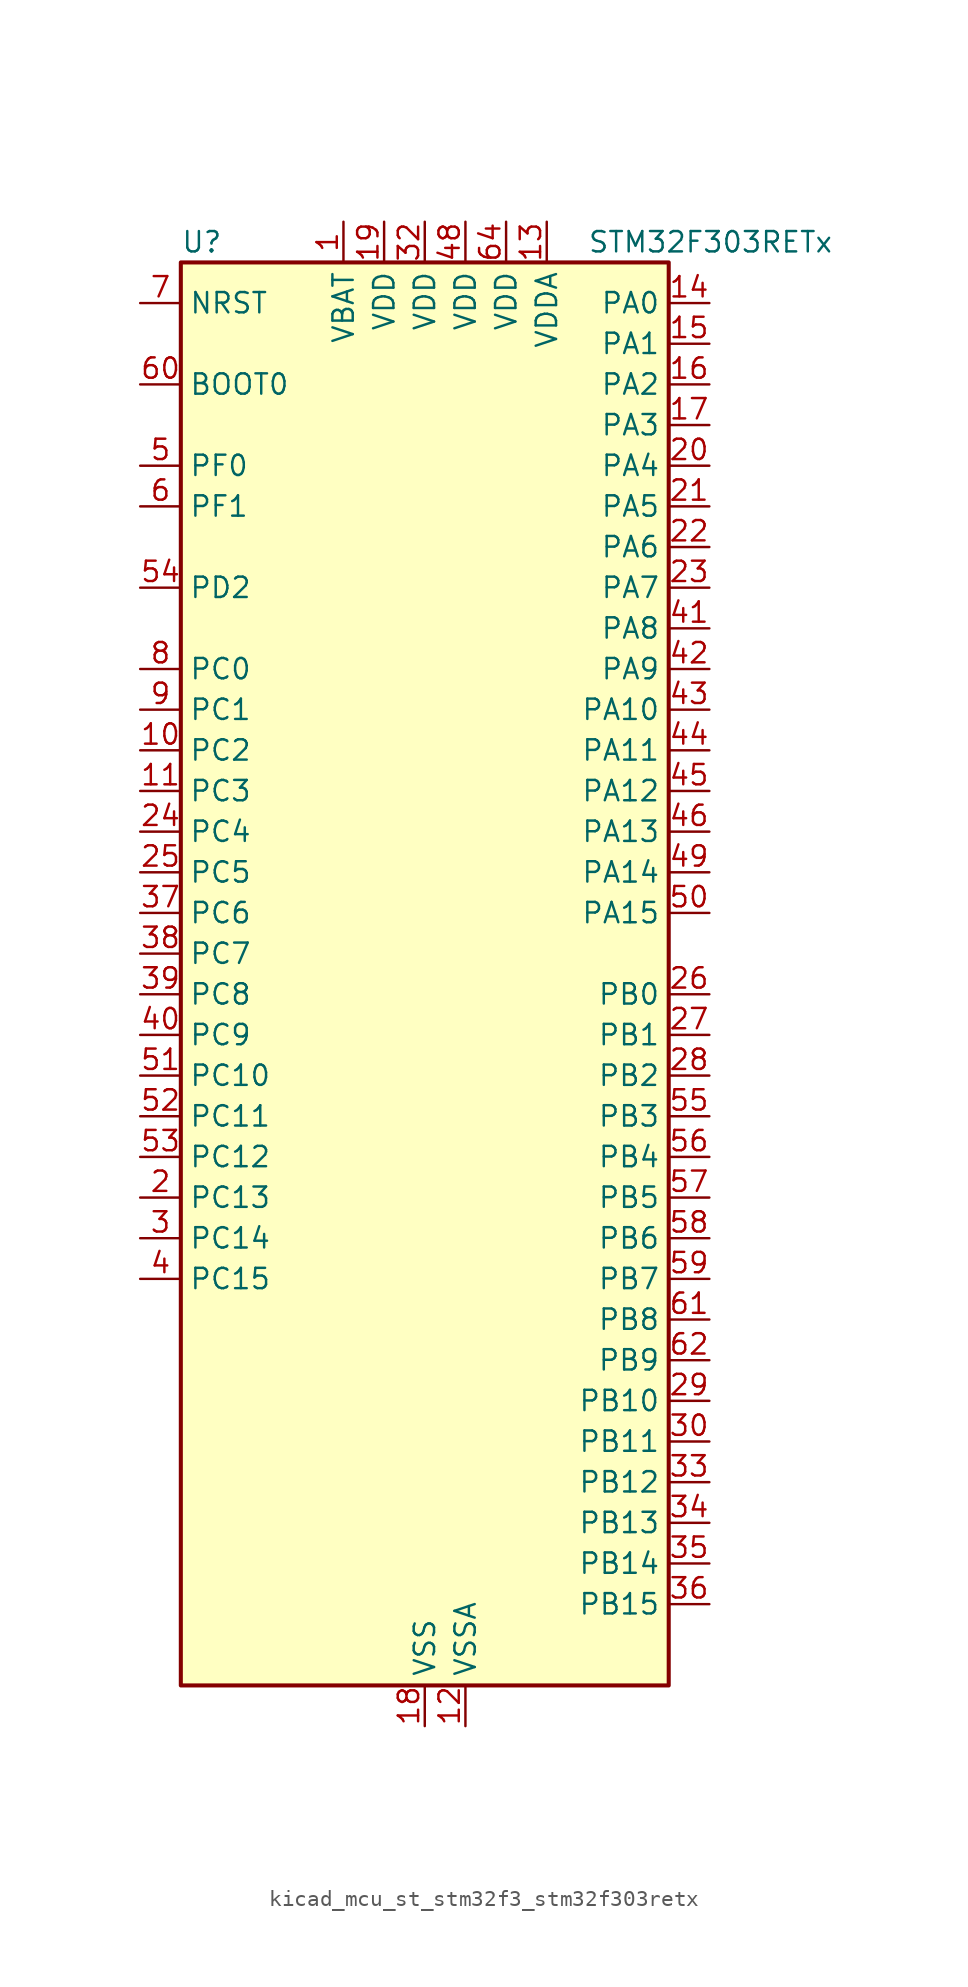
<source format=kicad_sym>
(kicad_symbol_lib
  (version 20220914)
  (generator kicad_symbol_editor)
  (symbol "kicad_mcu_st_stm32f3_stm32f303retx"
    (property "Reference" "U"
      (at -15.24 46.99 0)
      (effects (font (size 1.27 1.27)) (justify left)))
    (property "Value" "STM32F303RETx"
      (at 10.16 46.99 0)
      (effects (font (size 1.27 1.27)) (justify left)))
    (property "ki_locked" ""
      (at 0 0 0)
      (effects (font (size 1.27 1.27))))
    (symbol "kicad_mcu_st_stm32f3_stm32f303retx_0_1"
      (rectangle (start -15.24 -43.18) (end 15.24 45.72) (stroke (width 0.254) (type default)) (fill (type background))))
    (symbol "kicad_mcu_st_stm32f3_stm32f303retx_1_1"
      (pin power_in line (at -5.08 48.26 270) (length 2.54) (name "VBAT" (effects (font (size 1.27 1.27)))) (number "1" (effects (font (size 1.27 1.27)))))
      (pin bidirectional line (at -17.78 15.24 0) (length 2.54) (name "PC2" (effects (font (size 1.27 1.27)))) (number "10" (effects (font (size 1.27 1.27)))) (alternate "ADC1_IN8" bidirectional line) (alternate "ADC2_IN8" bidirectional line) (alternate "ADC3_EXTI2" bidirectional line) (alternate "ADC4_EXTI2" bidirectional line) (alternate "COMP7_OUT" bidirectional line) (alternate "TIM1_CH3" bidirectional line))
      (pin bidirectional line (at -17.78 12.7 0) (length 2.54) (name "PC3" (effects (font (size 1.27 1.27)))) (number "11" (effects (font (size 1.27 1.27)))) (alternate "ADC1_IN9" bidirectional line) (alternate "ADC2_IN9" bidirectional line) (alternate "TIM1_BKIN2" bidirectional line) (alternate "TIM1_CH4" bidirectional line))
      (pin power_in line (at 2.54 -45.72 90) (length 2.54) (name "VSSA" (effects (font (size 1.27 1.27)))) (number "12" (effects (font (size 1.27 1.27)))))
      (pin power_in line (at 7.62 48.26 270) (length 2.54) (name "VDDA" (effects (font (size 1.27 1.27)))) (number "13" (effects (font (size 1.27 1.27)))))
      (pin bidirectional line (at 17.78 43.18 180) (length 2.54) (name "PA0" (effects (font (size 1.27 1.27)))) (number "14" (effects (font (size 1.27 1.27)))) (alternate "ADC1_IN1" bidirectional line) (alternate "COMP1_INM" bidirectional line) (alternate "COMP1_OUT" bidirectional line) (alternate "RTC_TAMP2" bidirectional line) (alternate "SYS_WKUP1" bidirectional line) (alternate "TIM2_CH1" bidirectional line) (alternate "TIM2_ETR" bidirectional line) (alternate "TIM8_BKIN" bidirectional line) (alternate "TIM8_ETR" bidirectional line) (alternate "TSC_G1_IO1" bidirectional line) (alternate "USART2_CTS" bidirectional line))
      (pin bidirectional line (at 17.78 40.64 180) (length 2.54) (name "PA1" (effects (font (size 1.27 1.27)))) (number "15" (effects (font (size 1.27 1.27)))) (alternate "ADC1_IN2" bidirectional line) (alternate "COMP1_INP" bidirectional line) (alternate "OPAMP1_VINP" bidirectional line) (alternate "OPAMP1_VINP_SEC" bidirectional line) (alternate "OPAMP3_VINP" bidirectional line) (alternate "OPAMP3_VINP_SEC" bidirectional line) (alternate "RTC_REFIN" bidirectional line) (alternate "TIM15_CH1N" bidirectional line) (alternate "TIM2_CH2" bidirectional line) (alternate "TSC_G1_IO2" bidirectional line) (alternate "USART2_DE" bidirectional line) (alternate "USART2_RTS" bidirectional line))
      (pin bidirectional line (at 17.78 38.1 180) (length 2.54) (name "PA2" (effects (font (size 1.27 1.27)))) (number "16" (effects (font (size 1.27 1.27)))) (alternate "ADC1_IN3" bidirectional line) (alternate "ADC3_EXTI2" bidirectional line) (alternate "ADC4_EXTI2" bidirectional line) (alternate "COMP2_INM" bidirectional line) (alternate "COMP2_OUT" bidirectional line) (alternate "OPAMP1_VOUT" bidirectional line) (alternate "TIM15_CH1" bidirectional line) (alternate "TIM2_CH3" bidirectional line) (alternate "TSC_G1_IO3" bidirectional line) (alternate "USART2_TX" bidirectional line))
      (pin bidirectional line (at 17.78 35.56 180) (length 2.54) (name "PA3" (effects (font (size 1.27 1.27)))) (number "17" (effects (font (size 1.27 1.27)))) (alternate "ADC1_IN4" bidirectional line) (alternate "OPAMP1_VINM" bidirectional line) (alternate "OPAMP1_VINM_SEC" bidirectional line) (alternate "OPAMP1_VINP" bidirectional line) (alternate "OPAMP1_VINP_SEC" bidirectional line) (alternate "TIM15_CH2" bidirectional line) (alternate "TIM2_CH4" bidirectional line) (alternate "TSC_G1_IO4" bidirectional line) (alternate "USART2_RX" bidirectional line))
      (pin power_in line (at 0 -45.72 90) (length 2.54) (name "VSS" (effects (font (size 1.27 1.27)))) (number "18" (effects (font (size 1.27 1.27)))))
      (pin power_in line (at -2.54 48.26 270) (length 2.54) (name "VDD" (effects (font (size 1.27 1.27)))) (number "19" (effects (font (size 1.27 1.27)))))
      (pin bidirectional line (at -17.78 -12.7 0) (length 2.54) (name "PC13" (effects (font (size 1.27 1.27)))) (number "2" (effects (font (size 1.27 1.27)))) (alternate "RTC_OUT_ALARM" bidirectional line) (alternate "RTC_OUT_CALIB" bidirectional line) (alternate "RTC_TAMP1" bidirectional line) (alternate "RTC_TS" bidirectional line) (alternate "SYS_WKUP2" bidirectional line) (alternate "TIM1_CH1N" bidirectional line))
      (pin bidirectional line (at 17.78 33.02 180) (length 2.54) (name "PA4" (effects (font (size 1.27 1.27)))) (number "20" (effects (font (size 1.27 1.27)))) (alternate "ADC2_IN1" bidirectional line) (alternate "COMP1_INM" bidirectional line) (alternate "COMP2_INM" bidirectional line) (alternate "COMP3_INM" bidirectional line) (alternate "COMP4_INM" bidirectional line) (alternate "COMP5_INM" bidirectional line) (alternate "COMP6_INM" bidirectional line) (alternate "COMP7_INM" bidirectional line) (alternate "DAC1_OUT1" bidirectional line) (alternate "I2S3_WS" bidirectional line) (alternate "OPAMP4_VINP" bidirectional line) (alternate "OPAMP4_VINP_SEC" bidirectional line) (alternate "SPI1_NSS" bidirectional line) (alternate "SPI3_NSS" bidirectional line) (alternate "TIM3_CH2" bidirectional line) (alternate "TSC_G2_IO1" bidirectional line) (alternate "USART2_CK" bidirectional line))
      (pin bidirectional line (at 17.78 30.48 180) (length 2.54) (name "PA5" (effects (font (size 1.27 1.27)))) (number "21" (effects (font (size 1.27 1.27)))) (alternate "ADC2_IN2" bidirectional line) (alternate "COMP1_INM" bidirectional line) (alternate "COMP2_INM" bidirectional line) (alternate "COMP3_INM" bidirectional line) (alternate "COMP4_INM" bidirectional line) (alternate "COMP5_INM" bidirectional line) (alternate "COMP6_INM" bidirectional line) (alternate "COMP7_INM" bidirectional line) (alternate "DAC1_OUT2" bidirectional line) (alternate "OPAMP1_VINP" bidirectional line) (alternate "OPAMP1_VINP_SEC" bidirectional line) (alternate "OPAMP2_VINM" bidirectional line) (alternate "OPAMP2_VINM_SEC" bidirectional line) (alternate "OPAMP3_VINP" bidirectional line) (alternate "OPAMP3_VINP_SEC" bidirectional line) (alternate "SPI1_SCK" bidirectional line) (alternate "TIM2_CH1" bidirectional line) (alternate "TIM2_ETR" bidirectional line) (alternate "TSC_G2_IO2" bidirectional line))
      (pin bidirectional line (at 17.78 27.94 180) (length 2.54) (name "PA6" (effects (font (size 1.27 1.27)))) (number "22" (effects (font (size 1.27 1.27)))) (alternate "ADC2_IN3" bidirectional line) (alternate "COMP1_OUT" bidirectional line) (alternate "OPAMP2_VOUT" bidirectional line) (alternate "SPI1_MISO" bidirectional line) (alternate "TIM16_CH1" bidirectional line) (alternate "TIM1_BKIN" bidirectional line) (alternate "TIM3_CH1" bidirectional line) (alternate "TIM8_BKIN" bidirectional line) (alternate "TSC_G2_IO3" bidirectional line))
      (pin bidirectional line (at 17.78 25.4 180) (length 2.54) (name "PA7" (effects (font (size 1.27 1.27)))) (number "23" (effects (font (size 1.27 1.27)))) (alternate "ADC2_IN4" bidirectional line) (alternate "COMP2_INP" bidirectional line) (alternate "OPAMP1_VINP" bidirectional line) (alternate "OPAMP1_VINP_SEC" bidirectional line) (alternate "OPAMP2_VINP" bidirectional line) (alternate "OPAMP2_VINP_SEC" bidirectional line) (alternate "SPI1_MOSI" bidirectional line) (alternate "TIM17_CH1" bidirectional line) (alternate "TIM1_CH1N" bidirectional line) (alternate "TIM3_CH2" bidirectional line) (alternate "TIM8_CH1N" bidirectional line) (alternate "TSC_G2_IO4" bidirectional line))
      (pin bidirectional line (at -17.78 10.16 0) (length 2.54) (name "PC4" (effects (font (size 1.27 1.27)))) (number "24" (effects (font (size 1.27 1.27)))) (alternate "ADC2_IN5" bidirectional line) (alternate "TIM1_ETR" bidirectional line) (alternate "USART1_TX" bidirectional line))
      (pin bidirectional line (at -17.78 7.62 0) (length 2.54) (name "PC5" (effects (font (size 1.27 1.27)))) (number "25" (effects (font (size 1.27 1.27)))) (alternate "ADC2_IN11" bidirectional line) (alternate "OPAMP1_VINM" bidirectional line) (alternate "OPAMP1_VINM_SEC" bidirectional line) (alternate "OPAMP2_VINM" bidirectional line) (alternate "OPAMP2_VINM_SEC" bidirectional line) (alternate "TIM15_BKIN" bidirectional line) (alternate "TSC_G3_IO1" bidirectional line) (alternate "USART1_RX" bidirectional line))
      (pin bidirectional line (at 17.78 0 180) (length 2.54) (name "PB0" (effects (font (size 1.27 1.27)))) (number "26" (effects (font (size 1.27 1.27)))) (alternate "ADC3_IN12" bidirectional line) (alternate "COMP4_INP" bidirectional line) (alternate "OPAMP2_VINP" bidirectional line) (alternate "OPAMP2_VINP_SEC" bidirectional line) (alternate "OPAMP3_VINP" bidirectional line) (alternate "OPAMP3_VINP_SEC" bidirectional line) (alternate "TIM1_CH2N" bidirectional line) (alternate "TIM3_CH3" bidirectional line) (alternate "TIM8_CH2N" bidirectional line) (alternate "TSC_G3_IO2" bidirectional line))
      (pin bidirectional line (at 17.78 -2.54 180) (length 2.54) (name "PB1" (effects (font (size 1.27 1.27)))) (number "27" (effects (font (size 1.27 1.27)))) (alternate "ADC3_IN1" bidirectional line) (alternate "COMP4_OUT" bidirectional line) (alternate "OPAMP3_VOUT" bidirectional line) (alternate "TIM1_CH3N" bidirectional line) (alternate "TIM3_CH4" bidirectional line) (alternate "TIM8_CH3N" bidirectional line) (alternate "TSC_G3_IO3" bidirectional line))
      (pin bidirectional line (at 17.78 -5.08 180) (length 2.54) (name "PB2" (effects (font (size 1.27 1.27)))) (number "28" (effects (font (size 1.27 1.27)))) (alternate "ADC2_IN12" bidirectional line) (alternate "ADC3_EXTI2" bidirectional line) (alternate "ADC4_EXTI2" bidirectional line) (alternate "COMP4_INM" bidirectional line) (alternate "OPAMP3_VINM" bidirectional line) (alternate "OPAMP3_VINM_SEC" bidirectional line) (alternate "TSC_G3_IO4" bidirectional line))
      (pin bidirectional line (at 17.78 -25.4 180) (length 2.54) (name "PB10" (effects (font (size 1.27 1.27)))) (number "29" (effects (font (size 1.27 1.27)))) (alternate "COMP5_INM" bidirectional line) (alternate "OPAMP3_VINM" bidirectional line) (alternate "OPAMP3_VINM_SEC" bidirectional line) (alternate "OPAMP4_VINM" bidirectional line) (alternate "OPAMP4_VINM_SEC" bidirectional line) (alternate "TIM2_CH3" bidirectional line) (alternate "TSC_SYNC" bidirectional line) (alternate "USART3_TX" bidirectional line))
      (pin bidirectional line (at -17.78 -15.24 0) (length 2.54) (name "PC14" (effects (font (size 1.27 1.27)))) (number "3" (effects (font (size 1.27 1.27)))) (alternate "RCC_OSC32_IN" bidirectional line))
      (pin bidirectional line (at 17.78 -27.94 180) (length 2.54) (name "PB11" (effects (font (size 1.27 1.27)))) (number "30" (effects (font (size 1.27 1.27)))) (alternate "ADC1_EXTI11" bidirectional line) (alternate "ADC1_IN14" bidirectional line) (alternate "ADC2_EXTI11" bidirectional line) (alternate "ADC2_IN14" bidirectional line) (alternate "COMP6_INP" bidirectional line) (alternate "OPAMP4_VINP" bidirectional line) (alternate "OPAMP4_VINP_SEC" bidirectional line) (alternate "TIM2_CH4" bidirectional line) (alternate "TSC_G6_IO1" bidirectional line) (alternate "USART3_RX" bidirectional line))
      (pin passive line (at 0 -45.72 90) (length 2.54) hide (name "VSS" (effects (font (size 1.27 1.27)))) (number "31" (effects (font (size 1.27 1.27)))))
      (pin power_in line (at 0 48.26 270) (length 2.54) (name "VDD" (effects (font (size 1.27 1.27)))) (number "32" (effects (font (size 1.27 1.27)))))
      (pin bidirectional line (at 17.78 -30.48 180) (length 2.54) (name "PB12" (effects (font (size 1.27 1.27)))) (number "33" (effects (font (size 1.27 1.27)))) (alternate "ADC4_IN3" bidirectional line) (alternate "COMP3_INM" bidirectional line) (alternate "I2C2_SMBA" bidirectional line) (alternate "I2S2_WS" bidirectional line) (alternate "OPAMP4_VOUT" bidirectional line) (alternate "SPI2_NSS" bidirectional line) (alternate "TIM1_BKIN" bidirectional line) (alternate "TSC_G6_IO2" bidirectional line) (alternate "USART3_CK" bidirectional line))
      (pin bidirectional line (at 17.78 -33.02 180) (length 2.54) (name "PB13" (effects (font (size 1.27 1.27)))) (number "34" (effects (font (size 1.27 1.27)))) (alternate "ADC3_IN5" bidirectional line) (alternate "COMP5_INP" bidirectional line) (alternate "I2S2_CK" bidirectional line) (alternate "OPAMP3_VINP" bidirectional line) (alternate "OPAMP3_VINP_SEC" bidirectional line) (alternate "OPAMP4_VINP" bidirectional line) (alternate "OPAMP4_VINP_SEC" bidirectional line) (alternate "SPI2_SCK" bidirectional line) (alternate "TIM1_CH1N" bidirectional line) (alternate "TSC_G6_IO3" bidirectional line) (alternate "USART3_CTS" bidirectional line))
      (pin bidirectional line (at 17.78 -35.56 180) (length 2.54) (name "PB14" (effects (font (size 1.27 1.27)))) (number "35" (effects (font (size 1.27 1.27)))) (alternate "ADC4_IN4" bidirectional line) (alternate "COMP3_INP" bidirectional line) (alternate "I2S2_ext_SD" bidirectional line) (alternate "OPAMP2_VINP" bidirectional line) (alternate "OPAMP2_VINP_SEC" bidirectional line) (alternate "SPI2_MISO" bidirectional line) (alternate "TIM15_CH1" bidirectional line) (alternate "TIM1_CH2N" bidirectional line) (alternate "TSC_G6_IO4" bidirectional line) (alternate "USART3_DE" bidirectional line) (alternate "USART3_RTS" bidirectional line))
      (pin bidirectional line (at 17.78 -38.1 180) (length 2.54) (name "PB15" (effects (font (size 1.27 1.27)))) (number "36" (effects (font (size 1.27 1.27)))) (alternate "ADC1_EXTI15" bidirectional line) (alternate "ADC2_EXTI15" bidirectional line) (alternate "ADC3_EXTI15" bidirectional line) (alternate "ADC4_EXTI15" bidirectional line) (alternate "ADC4_IN5" bidirectional line) (alternate "COMP6_INM" bidirectional line) (alternate "I2S2_SD" bidirectional line) (alternate "RTC_REFIN" bidirectional line) (alternate "SPI2_MOSI" bidirectional line) (alternate "TIM15_CH1N" bidirectional line) (alternate "TIM15_CH2" bidirectional line) (alternate "TIM1_CH3N" bidirectional line))
      (pin bidirectional line (at -17.78 5.08 0) (length 2.54) (name "PC6" (effects (font (size 1.27 1.27)))) (number "37" (effects (font (size 1.27 1.27)))) (alternate "COMP6_OUT" bidirectional line) (alternate "I2S2_MCK" bidirectional line) (alternate "TIM3_CH1" bidirectional line) (alternate "TIM8_CH1" bidirectional line))
      (pin bidirectional line (at -17.78 2.54 0) (length 2.54) (name "PC7" (effects (font (size 1.27 1.27)))) (number "38" (effects (font (size 1.27 1.27)))) (alternate "COMP5_OUT" bidirectional line) (alternate "I2S3_MCK" bidirectional line) (alternate "TIM3_CH2" bidirectional line) (alternate "TIM8_CH2" bidirectional line))
      (pin bidirectional line (at -17.78 0 0) (length 2.54) (name "PC8" (effects (font (size 1.27 1.27)))) (number "39" (effects (font (size 1.27 1.27)))) (alternate "COMP3_OUT" bidirectional line) (alternate "TIM3_CH3" bidirectional line) (alternate "TIM8_CH3" bidirectional line))
      (pin bidirectional line (at -17.78 -17.78 0) (length 2.54) (name "PC15" (effects (font (size 1.27 1.27)))) (number "4" (effects (font (size 1.27 1.27)))) (alternate "ADC1_EXTI15" bidirectional line) (alternate "ADC2_EXTI15" bidirectional line) (alternate "ADC3_EXTI15" bidirectional line) (alternate "ADC4_EXTI15" bidirectional line) (alternate "RCC_OSC32_OUT" bidirectional line))
      (pin bidirectional line (at -17.78 -2.54 0) (length 2.54) (name "PC9" (effects (font (size 1.27 1.27)))) (number "40" (effects (font (size 1.27 1.27)))) (alternate "DAC1_EXTI9" bidirectional line) (alternate "I2C3_SDA" bidirectional line) (alternate "I2S_CKIN" bidirectional line) (alternate "TIM3_CH4" bidirectional line) (alternate "TIM8_BKIN2" bidirectional line) (alternate "TIM8_CH4" bidirectional line))
      (pin bidirectional line (at 17.78 22.86 180) (length 2.54) (name "PA8" (effects (font (size 1.27 1.27)))) (number "41" (effects (font (size 1.27 1.27)))) (alternate "COMP3_OUT" bidirectional line) (alternate "I2C2_SMBA" bidirectional line) (alternate "I2C3_SCL" bidirectional line) (alternate "I2S2_MCK" bidirectional line) (alternate "RCC_MCO" bidirectional line) (alternate "TIM1_CH1" bidirectional line) (alternate "TIM4_ETR" bidirectional line) (alternate "USART1_CK" bidirectional line))
      (pin bidirectional line (at 17.78 20.32 180) (length 2.54) (name "PA9" (effects (font (size 1.27 1.27)))) (number "42" (effects (font (size 1.27 1.27)))) (alternate "COMP5_OUT" bidirectional line) (alternate "DAC1_EXTI9" bidirectional line) (alternate "I2C2_SCL" bidirectional line) (alternate "I2C3_SMBA" bidirectional line) (alternate "I2S3_MCK" bidirectional line) (alternate "TIM15_BKIN" bidirectional line) (alternate "TIM1_CH2" bidirectional line) (alternate "TIM2_CH3" bidirectional line) (alternate "TSC_G4_IO1" bidirectional line) (alternate "USART1_TX" bidirectional line))
      (pin bidirectional line (at 17.78 17.78 180) (length 2.54) (name "PA10" (effects (font (size 1.27 1.27)))) (number "43" (effects (font (size 1.27 1.27)))) (alternate "COMP6_OUT" bidirectional line) (alternate "I2C2_SDA" bidirectional line) (alternate "I2S2_ext_SD" bidirectional line) (alternate "SPI2_MISO" bidirectional line) (alternate "TIM17_BKIN" bidirectional line) (alternate "TIM1_CH3" bidirectional line) (alternate "TIM2_CH4" bidirectional line) (alternate "TIM8_BKIN" bidirectional line) (alternate "TSC_G4_IO2" bidirectional line) (alternate "USART1_RX" bidirectional line))
      (pin bidirectional line (at 17.78 15.24 180) (length 2.54) (name "PA11" (effects (font (size 1.27 1.27)))) (number "44" (effects (font (size 1.27 1.27)))) (alternate "ADC1_EXTI11" bidirectional line) (alternate "ADC2_EXTI11" bidirectional line) (alternate "CAN_RX" bidirectional line) (alternate "COMP1_OUT" bidirectional line) (alternate "I2S2_SD" bidirectional line) (alternate "SPI2_MOSI" bidirectional line) (alternate "TIM1_BKIN2" bidirectional line) (alternate "TIM1_CH1N" bidirectional line) (alternate "TIM1_CH4" bidirectional line) (alternate "TIM4_CH1" bidirectional line) (alternate "USART1_CTS" bidirectional line) (alternate "USB_DM" bidirectional line))
      (pin bidirectional line (at 17.78 12.7 180) (length 2.54) (name "PA12" (effects (font (size 1.27 1.27)))) (number "45" (effects (font (size 1.27 1.27)))) (alternate "CAN_TX" bidirectional line) (alternate "COMP2_OUT" bidirectional line) (alternate "I2S_CKIN" bidirectional line) (alternate "TIM16_CH1" bidirectional line) (alternate "TIM1_CH2N" bidirectional line) (alternate "TIM1_ETR" bidirectional line) (alternate "TIM4_CH2" bidirectional line) (alternate "USART1_DE" bidirectional line) (alternate "USART1_RTS" bidirectional line) (alternate "USB_DP" bidirectional line))
      (pin bidirectional line (at 17.78 10.16 180) (length 2.54) (name "PA13" (effects (font (size 1.27 1.27)))) (number "46" (effects (font (size 1.27 1.27)))) (alternate "IR_OUT" bidirectional line) (alternate "SYS_JTMS-SWDIO" bidirectional line) (alternate "TIM16_CH1N" bidirectional line) (alternate "TIM4_CH3" bidirectional line) (alternate "TSC_G4_IO3" bidirectional line) (alternate "USART3_CTS" bidirectional line))
      (pin passive line (at 0 -45.72 90) (length 2.54) hide (name "VSS" (effects (font (size 1.27 1.27)))) (number "47" (effects (font (size 1.27 1.27)))))
      (pin power_in line (at 2.54 48.26 270) (length 2.54) (name "VDD" (effects (font (size 1.27 1.27)))) (number "48" (effects (font (size 1.27 1.27)))))
      (pin bidirectional line (at 17.78 7.62 180) (length 2.54) (name "PA14" (effects (font (size 1.27 1.27)))) (number "49" (effects (font (size 1.27 1.27)))) (alternate "I2C1_SDA" bidirectional line) (alternate "SYS_JTCK-SWCLK" bidirectional line) (alternate "TIM1_BKIN" bidirectional line) (alternate "TIM8_CH2" bidirectional line) (alternate "TSC_G4_IO4" bidirectional line) (alternate "USART2_TX" bidirectional line))
      (pin bidirectional line (at -17.78 33.02 0) (length 2.54) (name "PF0" (effects (font (size 1.27 1.27)))) (number "5" (effects (font (size 1.27 1.27)))) (alternate "I2C2_SDA" bidirectional line) (alternate "I2S2_WS" bidirectional line) (alternate "RCC_OSC_IN" bidirectional line) (alternate "SPI2_NSS" bidirectional line) (alternate "TIM1_CH3N" bidirectional line))
      (pin bidirectional line (at 17.78 5.08 180) (length 2.54) (name "PA15" (effects (font (size 1.27 1.27)))) (number "50" (effects (font (size 1.27 1.27)))) (alternate "ADC1_EXTI15" bidirectional line) (alternate "ADC2_EXTI15" bidirectional line) (alternate "ADC3_EXTI15" bidirectional line) (alternate "ADC4_EXTI15" bidirectional line) (alternate "I2C1_SCL" bidirectional line) (alternate "I2S3_WS" bidirectional line) (alternate "SPI1_NSS" bidirectional line) (alternate "SPI3_NSS" bidirectional line) (alternate "SYS_JTDI" bidirectional line) (alternate "TIM1_BKIN" bidirectional line) (alternate "TIM2_CH1" bidirectional line) (alternate "TIM2_ETR" bidirectional line) (alternate "TIM8_CH1" bidirectional line) (alternate "TSC_SYNC" bidirectional line) (alternate "USART2_RX" bidirectional line))
      (pin bidirectional line (at -17.78 -5.08 0) (length 2.54) (name "PC10" (effects (font (size 1.27 1.27)))) (number "51" (effects (font (size 1.27 1.27)))) (alternate "I2S3_CK" bidirectional line) (alternate "SPI3_SCK" bidirectional line) (alternate "TIM8_CH1N" bidirectional line) (alternate "UART4_TX" bidirectional line) (alternate "USART3_TX" bidirectional line))
      (pin bidirectional line (at -17.78 -7.62 0) (length 2.54) (name "PC11" (effects (font (size 1.27 1.27)))) (number "52" (effects (font (size 1.27 1.27)))) (alternate "ADC1_EXTI11" bidirectional line) (alternate "ADC2_EXTI11" bidirectional line) (alternate "I2S3_ext_SD" bidirectional line) (alternate "SPI3_MISO" bidirectional line) (alternate "TIM8_CH2N" bidirectional line) (alternate "UART4_RX" bidirectional line) (alternate "USART3_RX" bidirectional line))
      (pin bidirectional line (at -17.78 -10.16 0) (length 2.54) (name "PC12" (effects (font (size 1.27 1.27)))) (number "53" (effects (font (size 1.27 1.27)))) (alternate "I2S3_SD" bidirectional line) (alternate "SPI3_MOSI" bidirectional line) (alternate "TIM8_CH3N" bidirectional line) (alternate "UART5_TX" bidirectional line) (alternate "USART3_CK" bidirectional line))
      (pin bidirectional line (at -17.78 25.4 0) (length 2.54) (name "PD2" (effects (font (size 1.27 1.27)))) (number "54" (effects (font (size 1.27 1.27)))) (alternate "ADC3_EXTI2" bidirectional line) (alternate "ADC4_EXTI2" bidirectional line) (alternate "TIM3_ETR" bidirectional line) (alternate "TIM8_BKIN" bidirectional line) (alternate "UART5_RX" bidirectional line))
      (pin bidirectional line (at 17.78 -7.62 180) (length 2.54) (name "PB3" (effects (font (size 1.27 1.27)))) (number "55" (effects (font (size 1.27 1.27)))) (alternate "I2S3_CK" bidirectional line) (alternate "SPI1_SCK" bidirectional line) (alternate "SPI3_SCK" bidirectional line) (alternate "SYS_JTDO-TRACESWO" bidirectional line) (alternate "TIM2_CH2" bidirectional line) (alternate "TIM3_ETR" bidirectional line) (alternate "TIM4_ETR" bidirectional line) (alternate "TIM8_CH1N" bidirectional line) (alternate "TSC_G5_IO1" bidirectional line) (alternate "USART2_TX" bidirectional line))
      (pin bidirectional line (at 17.78 -10.16 180) (length 2.54) (name "PB4" (effects (font (size 1.27 1.27)))) (number "56" (effects (font (size 1.27 1.27)))) (alternate "I2S3_ext_SD" bidirectional line) (alternate "SPI1_MISO" bidirectional line) (alternate "SPI3_MISO" bidirectional line) (alternate "SYS_NJTRST" bidirectional line) (alternate "TIM16_CH1" bidirectional line) (alternate "TIM17_BKIN" bidirectional line) (alternate "TIM3_CH1" bidirectional line) (alternate "TIM8_CH2N" bidirectional line) (alternate "TSC_G5_IO2" bidirectional line) (alternate "USART2_RX" bidirectional line))
      (pin bidirectional line (at 17.78 -12.7 180) (length 2.54) (name "PB5" (effects (font (size 1.27 1.27)))) (number "57" (effects (font (size 1.27 1.27)))) (alternate "I2C1_SMBA" bidirectional line) (alternate "I2C3_SDA" bidirectional line) (alternate "I2S3_SD" bidirectional line) (alternate "SPI1_MOSI" bidirectional line) (alternate "SPI3_MOSI" bidirectional line) (alternate "TIM16_BKIN" bidirectional line) (alternate "TIM17_CH1" bidirectional line) (alternate "TIM3_CH2" bidirectional line) (alternate "TIM8_CH3N" bidirectional line) (alternate "USART2_CK" bidirectional line))
      (pin bidirectional line (at 17.78 -15.24 180) (length 2.54) (name "PB6" (effects (font (size 1.27 1.27)))) (number "58" (effects (font (size 1.27 1.27)))) (alternate "I2C1_SCL" bidirectional line) (alternate "TIM16_CH1N" bidirectional line) (alternate "TIM4_CH1" bidirectional line) (alternate "TIM8_BKIN2" bidirectional line) (alternate "TIM8_CH1" bidirectional line) (alternate "TIM8_ETR" bidirectional line) (alternate "TSC_G5_IO3" bidirectional line) (alternate "USART1_TX" bidirectional line))
      (pin bidirectional line (at 17.78 -17.78 180) (length 2.54) (name "PB7" (effects (font (size 1.27 1.27)))) (number "59" (effects (font (size 1.27 1.27)))) (alternate "I2C1_SDA" bidirectional line) (alternate "TIM17_CH1N" bidirectional line) (alternate "TIM3_CH4" bidirectional line) (alternate "TIM4_CH2" bidirectional line) (alternate "TIM8_BKIN" bidirectional line) (alternate "TSC_G5_IO4" bidirectional line) (alternate "USART1_RX" bidirectional line))
      (pin bidirectional line (at -17.78 30.48 0) (length 2.54) (name "PF1" (effects (font (size 1.27 1.27)))) (number "6" (effects (font (size 1.27 1.27)))) (alternate "I2C2_SCL" bidirectional line) (alternate "I2S2_CK" bidirectional line) (alternate "RCC_OSC_OUT" bidirectional line) (alternate "SPI2_SCK" bidirectional line))
      (pin input line (at -17.78 38.1 0) (length 2.54) (name "BOOT0" (effects (font (size 1.27 1.27)))) (number "60" (effects (font (size 1.27 1.27)))))
      (pin bidirectional line (at 17.78 -20.32 180) (length 2.54) (name "PB8" (effects (font (size 1.27 1.27)))) (number "61" (effects (font (size 1.27 1.27)))) (alternate "CAN_RX" bidirectional line) (alternate "COMP1_OUT" bidirectional line) (alternate "I2C1_SCL" bidirectional line) (alternate "TIM16_CH1" bidirectional line) (alternate "TIM1_BKIN" bidirectional line) (alternate "TIM4_CH3" bidirectional line) (alternate "TIM8_CH2" bidirectional line) (alternate "TSC_SYNC" bidirectional line) (alternate "USART3_RX" bidirectional line))
      (pin bidirectional line (at 17.78 -22.86 180) (length 2.54) (name "PB9" (effects (font (size 1.27 1.27)))) (number "62" (effects (font (size 1.27 1.27)))) (alternate "CAN_TX" bidirectional line) (alternate "COMP2_OUT" bidirectional line) (alternate "DAC1_EXTI9" bidirectional line) (alternate "I2C1_SDA" bidirectional line) (alternate "IR_OUT" bidirectional line) (alternate "TIM17_CH1" bidirectional line) (alternate "TIM4_CH4" bidirectional line) (alternate "TIM8_CH3" bidirectional line) (alternate "USART3_TX" bidirectional line))
      (pin passive line (at 0 -45.72 90) (length 2.54) hide (name "VSS" (effects (font (size 1.27 1.27)))) (number "63" (effects (font (size 1.27 1.27)))))
      (pin power_in line (at 5.08 48.26 270) (length 2.54) (name "VDD" (effects (font (size 1.27 1.27)))) (number "64" (effects (font (size 1.27 1.27)))))
      (pin input line (at -17.78 43.18 0) (length 2.54) (name "NRST" (effects (font (size 1.27 1.27)))) (number "7" (effects (font (size 1.27 1.27)))))
      (pin bidirectional line (at -17.78 20.32 0) (length 2.54) (name "PC0" (effects (font (size 1.27 1.27)))) (number "8" (effects (font (size 1.27 1.27)))) (alternate "ADC1_IN6" bidirectional line) (alternate "ADC2_IN6" bidirectional line) (alternate "COMP7_INM" bidirectional line) (alternate "TIM1_CH1" bidirectional line))
      (pin bidirectional line (at -17.78 17.78 0) (length 2.54) (name "PC1" (effects (font (size 1.27 1.27)))) (number "9" (effects (font (size 1.27 1.27)))) (alternate "ADC1_IN7" bidirectional line) (alternate "ADC2_IN7" bidirectional line) (alternate "COMP7_INP" bidirectional line) (alternate "TIM1_CH2" bidirectional line)))))
</source>
